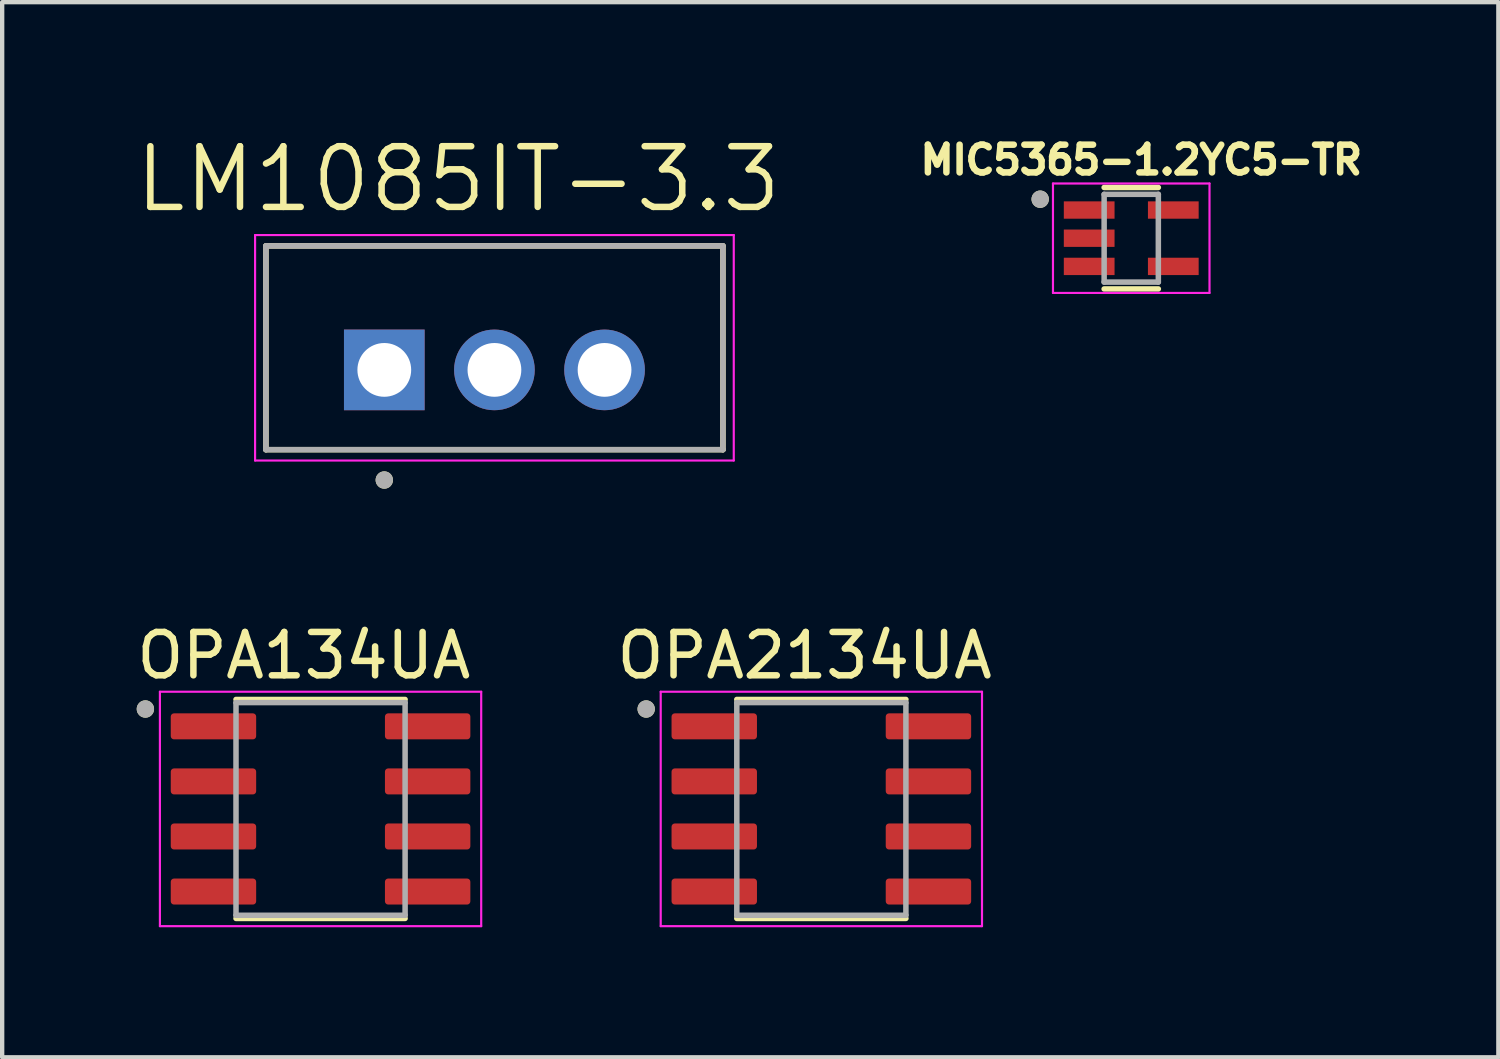
<source format=kicad_pcb>
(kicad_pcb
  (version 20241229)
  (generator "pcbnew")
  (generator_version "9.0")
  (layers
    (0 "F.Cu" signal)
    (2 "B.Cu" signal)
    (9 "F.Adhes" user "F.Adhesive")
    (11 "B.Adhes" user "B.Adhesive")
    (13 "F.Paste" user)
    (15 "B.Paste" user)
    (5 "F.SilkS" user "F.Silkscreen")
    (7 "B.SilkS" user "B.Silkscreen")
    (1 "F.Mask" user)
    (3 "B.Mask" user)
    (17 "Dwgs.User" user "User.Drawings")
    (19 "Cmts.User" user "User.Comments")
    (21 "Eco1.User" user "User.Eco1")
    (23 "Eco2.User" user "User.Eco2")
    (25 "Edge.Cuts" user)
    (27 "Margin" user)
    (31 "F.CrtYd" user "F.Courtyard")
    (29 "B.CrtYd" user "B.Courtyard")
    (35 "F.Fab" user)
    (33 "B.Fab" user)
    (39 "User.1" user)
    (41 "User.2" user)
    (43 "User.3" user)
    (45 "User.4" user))
  (footprint "OPA134UA"
    (layer "F.Cu")
    (at 4.343 15.607)
    (property "Reference" "OPA134UA" (at -0.385 -3.537 0) (layer "F.SilkS") (effects (font (size 1 1) (thickness 0.15))))
    (attr smd)
    (fp_line (start -1.95 -2.525) (end 1.95 -2.525) (stroke (width 0.127) (type solid)) (layer "F.SilkS"))
    (fp_line (start -1.95 2.525) (end 1.95 2.525) (stroke (width 0.127) (type solid)) (layer "F.SilkS"))
    (fp_circle (center -4.04 -2.305) (end -3.94 -2.305) (stroke (width 0.2) (type solid)) (fill no) (layer "F.SilkS"))
    (fp_line (start -3.705 -2.703) (end -3.705 2.703) (stroke (width 0.05) (type solid)) (layer "F.CrtYd"))
    (fp_line (start -3.705 -2.703) (end 3.705 -2.703) (stroke (width 0.05) (type solid)) (layer "F.CrtYd"))
    (fp_line (start -3.705 2.703) (end 3.705 2.703) (stroke (width 0.05) (type solid)) (layer "F.CrtYd"))
    (fp_line (start 3.705 -2.703) (end 3.705 2.703) (stroke (width 0.05) (type solid)) (layer "F.CrtYd"))
    (fp_line (start -1.95 -2.453) (end -1.95 2.453) (stroke (width 0.127) (type solid)) (layer "F.Fab"))
    (fp_line (start -1.95 -2.453) (end 1.95 -2.453) (stroke (width 0.127) (type solid)) (layer "F.Fab"))
    (fp_line (start -1.95 2.453) (end 1.95 2.453) (stroke (width 0.127) (type solid)) (layer "F.Fab"))
    (fp_line (start 1.95 -2.453) (end 1.95 2.453) (stroke (width 0.127) (type solid)) (layer "F.Fab"))
    (fp_circle (center -4.04 -2.305) (end -3.94 -2.305) (stroke (width 0.2) (type solid)) (fill no) (layer "F.Fab"))
    (pad "1" smd roundrect (at -2.47 -1.905) (size 1.97 0.6) (layers "F.Cu" "F.Mask" "F.Paste") (roundrect_rratio 0.125))
    (pad "2" smd roundrect (at -2.47 -0.635) (size 1.97 0.6) (layers "F.Cu" "F.Mask" "F.Paste") (roundrect_rratio 0.125))
    (pad "3" smd roundrect (at -2.47 0.635) (size 1.97 0.6) (layers "F.Cu" "F.Mask" "F.Paste") (roundrect_rratio 0.125))
    (pad "4" smd roundrect (at -2.47 1.905) (size 1.97 0.6) (layers "F.Cu" "F.Mask" "F.Paste") (roundrect_rratio 0.125))
    (pad "5" smd roundrect (at 2.47 1.905) (size 1.97 0.6) (layers "F.Cu" "F.Mask" "F.Paste") (roundrect_rratio 0.125))
    (pad "6" smd roundrect (at 2.47 0.635) (size 1.97 0.6) (layers "F.Cu" "F.Mask" "F.Paste") (roundrect_rratio 0.125))
    (pad "7" smd roundrect (at 2.47 -0.635) (size 1.97 0.6) (layers "F.Cu" "F.Mask" "F.Paste") (roundrect_rratio 0.125))
    (pad "8" smd roundrect (at 2.47 -1.905) (size 1.97 0.6) (layers "F.Cu" "F.Mask" "F.Paste") (roundrect_rratio 0.125)))
  (footprint "OPA2134UA"
    (layer "F.Cu")
    (at 15.893 15.607)
    (property "Reference" "OPA2134UA" (at -0.385 -3.537 0) (layer "F.SilkS") (effects (font (size 1 1) (thickness 0.15))))
    (attr smd)
    (fp_line (start -1.95 -2.525) (end 1.95 -2.525) (stroke (width 0.127) (type solid)) (layer "F.SilkS"))
    (fp_line (start -1.95 2.525) (end 1.95 2.525) (stroke (width 0.127) (type solid)) (layer "F.SilkS"))
    (fp_circle (center -4.04 -2.305) (end -3.94 -2.305) (stroke (width 0.2) (type solid)) (fill no) (layer "F.SilkS"))
    (fp_line (start -3.705 -2.703) (end -3.705 2.703) (stroke (width 0.05) (type solid)) (layer "F.CrtYd"))
    (fp_line (start -3.705 -2.703) (end 3.705 -2.703) (stroke (width 0.05) (type solid)) (layer "F.CrtYd"))
    (fp_line (start -3.705 2.703) (end 3.705 2.703) (stroke (width 0.05) (type solid)) (layer "F.CrtYd"))
    (fp_line (start 3.705 -2.703) (end 3.705 2.703) (stroke (width 0.05) (type solid)) (layer "F.CrtYd"))
    (fp_line (start -1.95 -2.453) (end -1.95 2.453) (stroke (width 0.127) (type solid)) (layer "F.Fab"))
    (fp_line (start -1.95 -2.453) (end 1.95 -2.453) (stroke (width 0.127) (type solid)) (layer "F.Fab"))
    (fp_line (start -1.95 2.453) (end 1.95 2.453) (stroke (width 0.127) (type solid)) (layer "F.Fab"))
    (fp_line (start 1.95 -2.453) (end 1.95 2.453) (stroke (width 0.127) (type solid)) (layer "F.Fab"))
    (fp_circle (center -4.04 -2.305) (end -3.94 -2.305) (stroke (width 0.2) (type solid)) (fill no) (layer "F.Fab"))
    (pad "1" smd roundrect (at -2.47 -1.905) (size 1.97 0.6) (layers "F.Cu" "F.Mask" "F.Paste") (roundrect_rratio 0.125))
    (pad "2" smd roundrect (at -2.47 -0.635) (size 1.97 0.6) (layers "F.Cu" "F.Mask" "F.Paste") (roundrect_rratio 0.125))
    (pad "3" smd roundrect (at -2.47 0.635) (size 1.97 0.6) (layers "F.Cu" "F.Mask" "F.Paste") (roundrect_rratio 0.125))
    (pad "4" smd roundrect (at -2.47 1.905) (size 1.97 0.6) (layers "F.Cu" "F.Mask" "F.Paste") (roundrect_rratio 0.125))
    (pad "5" smd roundrect (at 2.47 1.905) (size 1.97 0.6) (layers "F.Cu" "F.Mask" "F.Paste") (roundrect_rratio 0.125))
    (pad "6" smd roundrect (at 2.47 0.635) (size 1.97 0.6) (layers "F.Cu" "F.Mask" "F.Paste") (roundrect_rratio 0.125))
    (pad "7" smd roundrect (at 2.47 -0.635) (size 1.97 0.6) (layers "F.Cu" "F.Mask" "F.Paste") (roundrect_rratio 0.125))
    (pad "8" smd roundrect (at 2.47 -1.905) (size 1.97 0.6) (layers "F.Cu" "F.Mask" "F.Paste") (roundrect_rratio 0.125)))
  (footprint "MIC5365-1.2YC5-TR"
    (layer "F.Cu")
    (at 23.04 2.444)
    (property "Reference" "MIC5365-1.2YC5-TR" (at 0.232 -1.806 0) (layer "F.SilkS") (effects (font (size 0.64 0.64) (thickness 0.15))))
    (attr smd)
    (fp_line (start -0.625 1.17) (end 0.625 1.17) (stroke (width 0.127) (type solid)) (layer "F.SilkS"))
    (fp_line (start 0.625 -1.17) (end -0.625 -1.17) (stroke (width 0.127) (type solid)) (layer "F.SilkS"))
    (fp_circle (center -2.1 -0.9) (end -2 -0.9) (stroke (width 0.2) (type solid)) (fill no) (layer "F.SilkS"))
    (fp_line (start -1.805 -1.262) (end -1.805 1.262) (stroke (width 0.05) (type solid)) (layer "F.CrtYd"))
    (fp_line (start -1.805 1.262) (end 1.805 1.262) (stroke (width 0.05) (type solid)) (layer "F.CrtYd"))
    (fp_line (start 1.805 -1.262) (end -1.805 -1.262) (stroke (width 0.05) (type solid)) (layer "F.CrtYd"))
    (fp_line (start 1.805 1.262) (end 1.805 -1.262) (stroke (width 0.05) (type solid)) (layer "F.CrtYd"))
    (fp_line (start -0.625 -1.012) (end -0.625 1.012) (stroke (width 0.127) (type solid)) (layer "F.Fab"))
    (fp_line (start -0.625 1.012) (end 0.625 1.012) (stroke (width 0.127) (type solid)) (layer "F.Fab"))
    (fp_line (start 0.625 -1.012) (end -0.625 -1.012) (stroke (width 0.127) (type solid)) (layer "F.Fab"))
    (fp_line (start 0.625 1.012) (end 0.625 -1.012) (stroke (width 0.127) (type solid)) (layer "F.Fab"))
    (fp_circle (center -2.1 -0.9) (end -2 -0.9) (stroke (width 0.2) (type solid)) (fill no) (layer "F.Fab"))
    (pad "1" smd rect (at -0.97 -0.65) (size 1.17 0.4) (layers "F.Cu" "F.Mask" "F.Paste"))
    (pad "2" smd rect (at -0.97 0) (size 1.17 0.4) (layers "F.Cu" "F.Mask" "F.Paste"))
    (pad "3" smd rect (at -0.97 0.65) (size 1.17 0.4) (layers "F.Cu" "F.Mask" "F.Paste"))
    (pad "4" smd rect (at 0.97 0.65) (size 1.17 0.4) (layers "F.Cu" "F.Mask" "F.Paste"))
    (pad "5" smd rect (at 0.97 -0.65) (size 1.17 0.4) (layers "F.Cu" "F.Mask" "F.Paste")))
  (footprint "LM1085IT-3.3"
    (layer "F.Cu")
    (at 8.353 5.481)
    (property "Reference" "LM1085IT-3.3" (at -0.835 -4.399 0) (layer "F.SilkS") (effects (font (size 1.4 1.4) (thickness 0.15))))
    (attr through_hole)
    (fp_line (start -5.27 -2.86) (end -5.27 1.84) (stroke (width 0.127) (type solid)) (layer "F.SilkS"))
    (fp_line (start -5.27 1.84) (end 5.27 1.84) (stroke (width 0.127) (type solid)) (layer "F.SilkS"))
    (fp_line (start 5.27 -2.86) (end -5.27 -2.86) (stroke (width 0.127) (type solid)) (layer "F.SilkS"))
    (fp_line (start 5.27 1.84) (end 5.27 -2.86) (stroke (width 0.127) (type solid)) (layer "F.SilkS"))
    (fp_circle (center -2.54 2.54) (end -2.44 2.54) (stroke (width 0.2) (type solid)) (fill no) (layer "F.SilkS"))
    (fp_line (start -5.52 -3.11) (end -5.52 2.09) (stroke (width 0.05) (type solid)) (layer "F.CrtYd"))
    (fp_line (start -5.52 2.09) (end 5.52 2.09) (stroke (width 0.05) (type solid)) (layer "F.CrtYd"))
    (fp_line (start 5.52 -3.11) (end -5.52 -3.11) (stroke (width 0.05) (type solid)) (layer "F.CrtYd"))
    (fp_line (start 5.52 2.09) (end 5.52 -3.11) (stroke (width 0.05) (type solid)) (layer "F.CrtYd"))
    (fp_line (start -5.27 -2.86) (end -5.27 1.84) (stroke (width 0.127) (type solid)) (layer "F.Fab"))
    (fp_line (start -5.27 1.84) (end 5.27 1.84) (stroke (width 0.127) (type solid)) (layer "F.Fab"))
    (fp_line (start 5.27 -2.86) (end -5.27 -2.86) (stroke (width 0.127) (type solid)) (layer "F.Fab"))
    (fp_line (start 5.27 1.84) (end 5.27 -2.86) (stroke (width 0.127) (type solid)) (layer "F.Fab"))
    (fp_circle (center -2.54 2.54) (end -2.44 2.54) (stroke (width 0.2) (type solid)) (fill no) (layer "F.Fab"))
    (pad "1" thru_hole rect (at -2.54 0) (size 1.86 1.86) (drill 1.24) (layers "*.Cu" "*.Mask"))
    (pad "2" thru_hole circle (at 0 0) (size 1.86 1.86) (drill 1.24) (layers "*.Cu" "*.Mask"))
    (pad "3" thru_hole circle (at 2.54 0) (size 1.86 1.86) (drill 1.24) (layers "*.Cu" "*.Mask")))
  (gr_rect
    (start -3 -3)
    (end 31.507 21.334)
    (stroke (width 0.1) (type default))
    (fill no)
    (layer "Edge.Cuts")))
</source>
